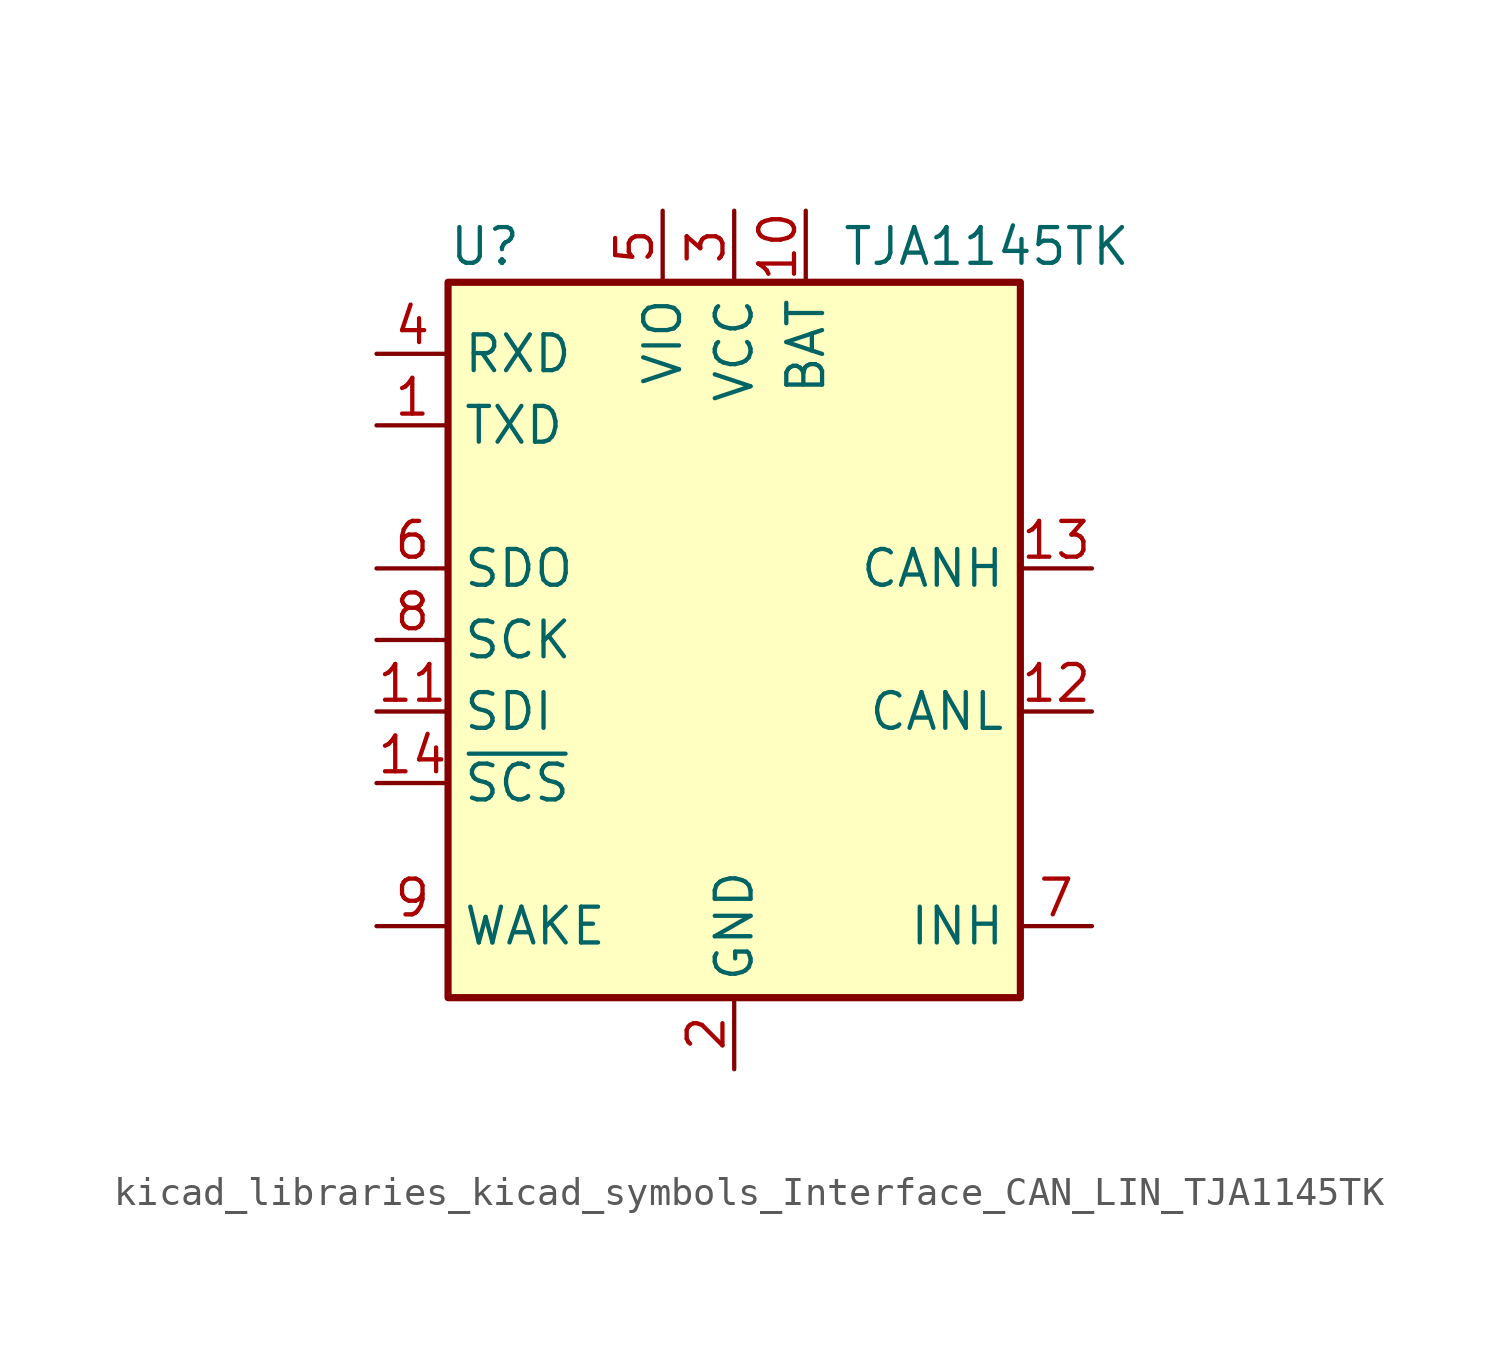
<source format=kicad_sym>
(kicad_symbol_lib
  (version 20220914)
  (generator kicad_symbol_editor)
  (symbol "kicad_libraries_kicad_symbols_Interface_CAN_LIN_TJA1145TK"
    (property "Reference" "U"
      (at -10.16 13.97 0)
      (effects (font (size 1.27 1.27)) (justify left)))
    (property "Value" "TJA1145TK"
      (at 3.81 13.97 0)
      (effects (font (size 1.27 1.27)) (justify left)))
    (symbol "kicad_libraries_kicad_symbols_Interface_CAN_LIN_TJA1145TK_0_1"
      (rectangle (start -10.16 12.7) (end 10.16 -12.7) (stroke (width 0.254) (type default)) (fill (type background))))
    (symbol "kicad_libraries_kicad_symbols_Interface_CAN_LIN_TJA1145TK_1_1"
      (pin input line (at -12.7 7.62 0) (length 2.54) (name "TXD" (effects (font (size 1.27 1.27)))) (number "1" (effects (font (size 1.27 1.27)))))
      (pin power_in line (at 2.54 15.24 270) (length 2.54) (name "BAT" (effects (font (size 1.27 1.27)))) (number "10" (effects (font (size 1.27 1.27)))))
      (pin input line (at -12.7 -2.54 0) (length 2.54) (name "SDI" (effects (font (size 1.27 1.27)))) (number "11" (effects (font (size 1.27 1.27)))))
      (pin bidirectional line (at 12.7 -2.54 180) (length 2.54) (name "CANL" (effects (font (size 1.27 1.27)))) (number "12" (effects (font (size 1.27 1.27)))))
      (pin bidirectional line (at 12.7 2.54 180) (length 2.54) (name "CANH" (effects (font (size 1.27 1.27)))) (number "13" (effects (font (size 1.27 1.27)))))
      (pin input line (at -12.7 -5.08 0) (length 2.54) (name "~{SCS}" (effects (font (size 1.27 1.27)))) (number "14" (effects (font (size 1.27 1.27)))))
      (pin passive line (at 0 -15.24 90) (length 2.54) hide (name "GND" (effects (font (size 1.27 1.27)))) (number "15" (effects (font (size 1.27 1.27)))))
      (pin power_in line (at 0 -15.24 90) (length 2.54) (name "GND" (effects (font (size 1.27 1.27)))) (number "2" (effects (font (size 1.27 1.27)))))
      (pin power_in line (at 0 15.24 270) (length 2.54) (name "VCC" (effects (font (size 1.27 1.27)))) (number "3" (effects (font (size 1.27 1.27)))))
      (pin output line (at -12.7 10.16 0) (length 2.54) (name "RXD" (effects (font (size 1.27 1.27)))) (number "4" (effects (font (size 1.27 1.27)))))
      (pin power_in line (at -2.54 15.24 270) (length 2.54) (name "VIO" (effects (font (size 1.27 1.27)))) (number "5" (effects (font (size 1.27 1.27)))))
      (pin output line (at -12.7 2.54 0) (length 2.54) (name "SDO" (effects (font (size 1.27 1.27)))) (number "6" (effects (font (size 1.27 1.27)))))
      (pin open_emitter line (at 12.7 -10.16 180) (length 2.54) (name "INH" (effects (font (size 1.27 1.27)))) (number "7" (effects (font (size 1.27 1.27)))))
      (pin input line (at -12.7 0 0) (length 2.54) (name "SCK" (effects (font (size 1.27 1.27)))) (number "8" (effects (font (size 1.27 1.27)))))
      (pin input line (at -12.7 -10.16 0) (length 2.54) (name "WAKE" (effects (font (size 1.27 1.27)))) (number "9" (effects (font (size 1.27 1.27))))))))
</source>
